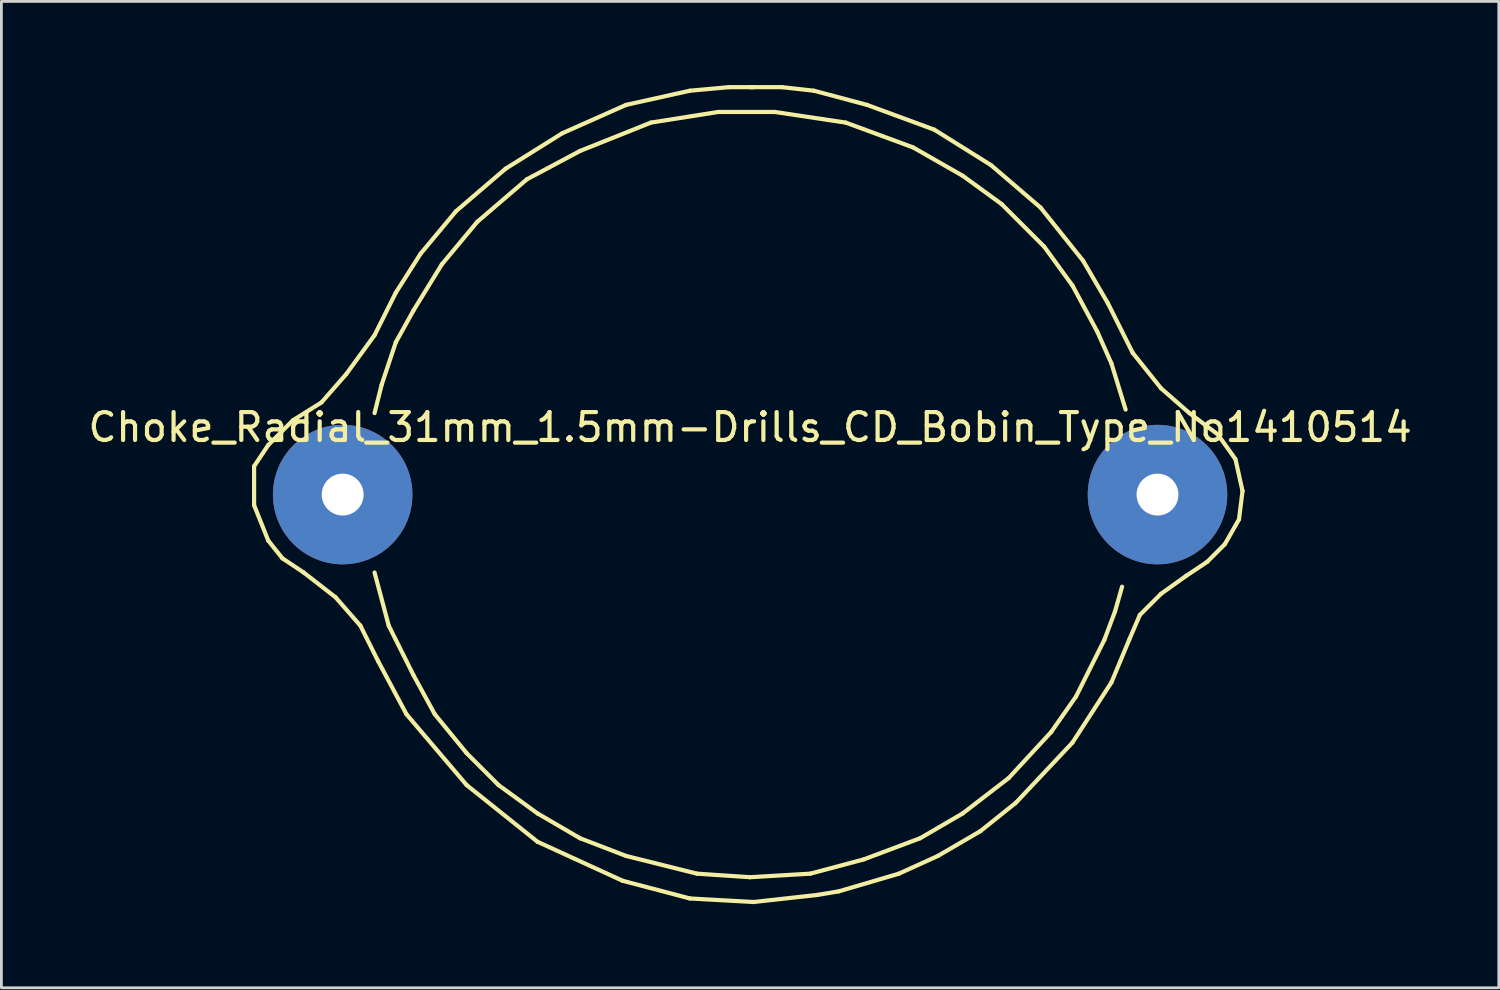
<source format=kicad_pcb>
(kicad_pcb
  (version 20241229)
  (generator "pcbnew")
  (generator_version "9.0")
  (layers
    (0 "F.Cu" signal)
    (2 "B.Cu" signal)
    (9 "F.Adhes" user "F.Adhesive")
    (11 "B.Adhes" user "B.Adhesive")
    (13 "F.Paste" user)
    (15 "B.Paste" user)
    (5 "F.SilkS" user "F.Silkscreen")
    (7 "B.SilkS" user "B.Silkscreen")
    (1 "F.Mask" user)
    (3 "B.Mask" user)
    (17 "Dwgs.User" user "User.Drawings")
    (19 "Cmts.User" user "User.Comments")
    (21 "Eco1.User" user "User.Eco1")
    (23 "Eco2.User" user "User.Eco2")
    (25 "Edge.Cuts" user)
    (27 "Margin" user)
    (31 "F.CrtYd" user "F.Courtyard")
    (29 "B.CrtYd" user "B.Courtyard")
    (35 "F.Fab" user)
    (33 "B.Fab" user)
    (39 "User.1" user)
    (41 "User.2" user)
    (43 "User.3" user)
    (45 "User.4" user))
  (footprint "Choke_Radial_31mm_1.5mm-Drills_CD_Bobin_Type_No1410514"
    (layer "F.Cu")
    (at 23.839 14.68)
    (property "Reference" "Choke_Radial_31mm_1.5mm-Drills_CD_Bobin_Type_No1410514" (at 0 -2.413 0) (layer "F.SilkS") (effects (font (size 1 1) (thickness 0.15))))
    (attr through_hole)
    (fp_line (start -17.78 -1.016) (end -17.272 -1.778) (stroke (width 0.15) (type solid)) (layer "F.SilkS"))
    (fp_line (start -17.78 0.381) (end -17.78 -1.016) (stroke (width 0.15) (type solid)) (layer "F.SilkS"))
    (fp_line (start -17.272 -1.778) (end -16.383 -2.667) (stroke (width 0.15) (type solid)) (layer "F.SilkS"))
    (fp_line (start -17.272 1.651) (end -17.78 0.381) (stroke (width 0.15) (type solid)) (layer "F.SilkS"))
    (fp_line (start -16.764 2.286) (end -17.272 1.651) (stroke (width 0.15) (type solid)) (layer "F.SilkS"))
    (fp_line (start -16.383 -2.667) (end -15.367 -3.302) (stroke (width 0.15) (type solid)) (layer "F.SilkS"))
    (fp_line (start -16.002 2.794) (end -16.764 2.286) (stroke (width 0.15) (type solid)) (layer "F.SilkS"))
    (fp_line (start -15.367 -3.302) (end -14.478 -4.318) (stroke (width 0.15) (type solid)) (layer "F.SilkS"))
    (fp_line (start -14.859 3.683) (end -16.002 2.794) (stroke (width 0.15) (type solid)) (layer "F.SilkS"))
    (fp_line (start -14.478 -4.318) (end -13.462 -5.715) (stroke (width 0.15) (type solid)) (layer "F.SilkS"))
    (fp_line (start -13.97 4.699) (end -14.859 3.683) (stroke (width 0.15) (type solid)) (layer "F.SilkS"))
    (fp_line (start -13.462 -5.715) (end -12.7 -7.239) (stroke (width 0.15) (type solid)) (layer "F.SilkS"))
    (fp_line (start -13.462 -2.921) (end -13.208 -3.937) (stroke (width 0.15) (type solid)) (layer "F.SilkS"))
    (fp_line (start -13.335 5.969) (end -13.97 4.699) (stroke (width 0.15) (type solid)) (layer "F.SilkS"))
    (fp_line (start -13.208 -3.937) (end -12.7 -5.461) (stroke (width 0.15) (type solid)) (layer "F.SilkS"))
    (fp_line (start -12.954 4.699) (end -13.462 2.794) (stroke (width 0.15) (type solid)) (layer "F.SilkS"))
    (fp_line (start -12.7 -7.239) (end -11.811 -8.636) (stroke (width 0.15) (type solid)) (layer "F.SilkS"))
    (fp_line (start -12.7 -5.461) (end -12.065 -6.604) (stroke (width 0.15) (type solid)) (layer "F.SilkS"))
    (fp_line (start -12.319 7.874) (end -13.335 5.969) (stroke (width 0.15) (type solid)) (layer "F.SilkS"))
    (fp_line (start -12.065 -6.604) (end -11.049 -8.255) (stroke (width 0.15) (type solid)) (layer "F.SilkS"))
    (fp_line (start -12.065 6.477) (end -12.954 4.699) (stroke (width 0.15) (type solid)) (layer "F.SilkS"))
    (fp_line (start -11.811 -8.636) (end -10.541 -10.16) (stroke (width 0.15) (type solid)) (layer "F.SilkS"))
    (fp_line (start -11.303 7.874) (end -12.065 6.477) (stroke (width 0.15) (type solid)) (layer "F.SilkS"))
    (fp_line (start -11.049 -8.255) (end -9.779 -9.779) (stroke (width 0.15) (type solid)) (layer "F.SilkS"))
    (fp_line (start -10.541 -10.16) (end -8.763 -11.684) (stroke (width 0.15) (type solid)) (layer "F.SilkS"))
    (fp_line (start -10.16 9.271) (end -11.303 7.874) (stroke (width 0.15) (type solid)) (layer "F.SilkS"))
    (fp_line (start -10.16 10.414) (end -12.319 7.874) (stroke (width 0.15) (type solid)) (layer "F.SilkS"))
    (fp_line (start -9.779 -9.779) (end -8.001 -11.303) (stroke (width 0.15) (type solid)) (layer "F.SilkS"))
    (fp_line (start -9.017 10.414) (end -10.16 9.271) (stroke (width 0.15) (type solid)) (layer "F.SilkS"))
    (fp_line (start -8.763 -11.684) (end -6.731 -12.954) (stroke (width 0.15) (type solid)) (layer "F.SilkS"))
    (fp_line (start -8.001 -11.303) (end -6.096 -12.319) (stroke (width 0.15) (type solid)) (layer "F.SilkS"))
    (fp_line (start -7.62 11.43) (end -9.017 10.414) (stroke (width 0.15) (type solid)) (layer "F.SilkS"))
    (fp_line (start -7.62 12.446) (end -10.16 10.414) (stroke (width 0.15) (type solid)) (layer "F.SilkS"))
    (fp_line (start -6.731 -12.954) (end -4.445 -13.97) (stroke (width 0.15) (type solid)) (layer "F.SilkS"))
    (fp_line (start -6.096 -12.319) (end -3.556 -13.335) (stroke (width 0.15) (type solid)) (layer "F.SilkS"))
    (fp_line (start -6.096 12.319) (end -7.62 11.43) (stroke (width 0.15) (type solid)) (layer "F.SilkS"))
    (fp_line (start -4.572 13.843) (end -7.62 12.446) (stroke (width 0.15) (type solid)) (layer "F.SilkS"))
    (fp_line (start -4.445 -13.97) (end -2.159 -14.478) (stroke (width 0.15) (type solid)) (layer "F.SilkS"))
    (fp_line (start -4.445 12.954) (end -6.096 12.319) (stroke (width 0.15) (type solid)) (layer "F.SilkS"))
    (fp_line (start -3.556 -13.335) (end -1.143 -13.716) (stroke (width 0.15) (type solid)) (layer "F.SilkS"))
    (fp_line (start -2.159 -14.478) (end -0.762 -14.605) (stroke (width 0.15) (type solid)) (layer "F.SilkS"))
    (fp_line (start -2.159 14.478) (end -4.572 13.843) (stroke (width 0.15) (type solid)) (layer "F.SilkS"))
    (fp_line (start -1.905 13.589) (end -4.445 12.954) (stroke (width 0.15) (type solid)) (layer "F.SilkS"))
    (fp_line (start -1.143 -13.716) (end 0.889 -13.716) (stroke (width 0.15) (type solid)) (layer "F.SilkS"))
    (fp_line (start -0.762 -14.605) (end 0.127 -14.605) (stroke (width 0.15) (type solid)) (layer "F.SilkS"))
    (fp_line (start 0 -14.605) (end 1.143 -14.605) (stroke (width 0.15) (type solid)) (layer "F.SilkS"))
    (fp_line (start 0 13.716) (end -1.905 13.589) (stroke (width 0.15) (type solid)) (layer "F.SilkS"))
    (fp_line (start 0.127 14.605) (end -2.159 14.478) (stroke (width 0.15) (type solid)) (layer "F.SilkS"))
    (fp_line (start 0.889 -13.716) (end 3.429 -13.335) (stroke (width 0.15) (type solid)) (layer "F.SilkS"))
    (fp_line (start 1.143 -14.605) (end 2.286 -14.478) (stroke (width 0.15) (type solid)) (layer "F.SilkS"))
    (fp_line (start 2.159 13.589) (end 0 13.716) (stroke (width 0.15) (type solid)) (layer "F.SilkS"))
    (fp_line (start 2.286 -14.478) (end 4.191 -13.97) (stroke (width 0.15) (type solid)) (layer "F.SilkS"))
    (fp_line (start 2.413 14.351) (end 0.127 14.605) (stroke (width 0.15) (type solid)) (layer "F.SilkS"))
    (fp_line (start 3.175 14.224) (end 2.413 14.351) (stroke (width 0.15) (type solid)) (layer "F.SilkS"))
    (fp_line (start 3.429 -13.335) (end 5.842 -12.446) (stroke (width 0.15) (type solid)) (layer "F.SilkS"))
    (fp_line (start 4.064 13.081) (end 2.159 13.589) (stroke (width 0.15) (type solid)) (layer "F.SilkS"))
    (fp_line (start 4.191 -13.97) (end 6.604 -13.081) (stroke (width 0.15) (type solid)) (layer "F.SilkS"))
    (fp_line (start 5.334 13.589) (end 3.175 14.224) (stroke (width 0.15) (type solid)) (layer "F.SilkS"))
    (fp_line (start 5.842 -12.446) (end 7.62 -11.43) (stroke (width 0.15) (type solid)) (layer "F.SilkS"))
    (fp_line (start 6.096 12.319) (end 4.064 13.081) (stroke (width 0.15) (type solid)) (layer "F.SilkS"))
    (fp_line (start 6.604 -13.081) (end 8.636 -11.811) (stroke (width 0.15) (type solid)) (layer "F.SilkS"))
    (fp_line (start 6.731 12.954) (end 5.334 13.589) (stroke (width 0.15) (type solid)) (layer "F.SilkS"))
    (fp_line (start 7.62 -11.43) (end 9.017 -10.414) (stroke (width 0.15) (type solid)) (layer "F.SilkS"))
    (fp_line (start 7.62 11.43) (end 6.096 12.319) (stroke (width 0.15) (type solid)) (layer "F.SilkS"))
    (fp_line (start 8.255 12.065) (end 6.731 12.954) (stroke (width 0.15) (type solid)) (layer "F.SilkS"))
    (fp_line (start 8.636 -11.811) (end 10.414 -10.287) (stroke (width 0.15) (type solid)) (layer "F.SilkS"))
    (fp_line (start 9.017 -10.414) (end 10.541 -8.89) (stroke (width 0.15) (type solid)) (layer "F.SilkS"))
    (fp_line (start 9.271 10.16) (end 7.62 11.43) (stroke (width 0.15) (type solid)) (layer "F.SilkS"))
    (fp_line (start 9.525 11.049) (end 8.255 12.065) (stroke (width 0.15) (type solid)) (layer "F.SilkS"))
    (fp_line (start 10.414 -10.287) (end 11.938 -8.382) (stroke (width 0.15) (type solid)) (layer "F.SilkS"))
    (fp_line (start 10.541 -8.89) (end 11.557 -7.493) (stroke (width 0.15) (type solid)) (layer "F.SilkS"))
    (fp_line (start 10.795 8.509) (end 9.271 10.16) (stroke (width 0.15) (type solid)) (layer "F.SilkS"))
    (fp_line (start 11.557 -7.493) (end 12.446 -5.842) (stroke (width 0.15) (type solid)) (layer "F.SilkS"))
    (fp_line (start 11.557 8.89) (end 9.525 11.049) (stroke (width 0.15) (type solid)) (layer "F.SilkS"))
    (fp_line (start 11.684 7.239) (end 10.795 8.509) (stroke (width 0.15) (type solid)) (layer "F.SilkS"))
    (fp_line (start 11.938 -8.382) (end 12.827 -6.858) (stroke (width 0.15) (type solid)) (layer "F.SilkS"))
    (fp_line (start 12.446 -5.842) (end 12.954 -4.699) (stroke (width 0.15) (type solid)) (layer "F.SilkS"))
    (fp_line (start 12.7 5.207) (end 11.684 7.239) (stroke (width 0.15) (type solid)) (layer "F.SilkS"))
    (fp_line (start 12.827 -6.858) (end 13.716 -5.08) (stroke (width 0.15) (type solid)) (layer "F.SilkS"))
    (fp_line (start 12.954 -4.699) (end 13.462 -3.048) (stroke (width 0.15) (type solid)) (layer "F.SilkS"))
    (fp_line (start 12.954 6.731) (end 11.557 8.89) (stroke (width 0.15) (type solid)) (layer "F.SilkS"))
    (fp_line (start 13.081 4.191) (end 12.7 5.207) (stroke (width 0.15) (type solid)) (layer "F.SilkS"))
    (fp_line (start 13.335 3.302) (end 13.081 4.191) (stroke (width 0.15) (type solid)) (layer "F.SilkS"))
    (fp_line (start 13.589 5.207) (end 12.954 6.731) (stroke (width 0.15) (type solid)) (layer "F.SilkS"))
    (fp_line (start 13.716 -5.08) (end 14.732 -3.81) (stroke (width 0.15) (type solid)) (layer "F.SilkS"))
    (fp_line (start 13.97 4.318) (end 13.589 5.207) (stroke (width 0.15) (type solid)) (layer "F.SilkS"))
    (fp_line (start 14.732 -3.81) (end 15.748 -2.921) (stroke (width 0.15) (type solid)) (layer "F.SilkS"))
    (fp_line (start 14.732 3.556) (end 13.97 4.318) (stroke (width 0.15) (type solid)) (layer "F.SilkS"))
    (fp_line (start 15.621 2.921) (end 14.732 3.556) (stroke (width 0.15) (type solid)) (layer "F.SilkS"))
    (fp_line (start 15.748 -2.921) (end 16.764 -2.159) (stroke (width 0.15) (type solid)) (layer "F.SilkS"))
    (fp_line (start 16.383 2.413) (end 15.621 2.921) (stroke (width 0.15) (type solid)) (layer "F.SilkS"))
    (fp_line (start 16.764 -2.159) (end 17.399 -1.27) (stroke (width 0.15) (type solid)) (layer "F.SilkS"))
    (fp_line (start 17.018 1.778) (end 16.383 2.413) (stroke (width 0.15) (type solid)) (layer "F.SilkS"))
    (fp_line (start 17.399 -1.27) (end 17.653 -0.127) (stroke (width 0.15) (type solid)) (layer "F.SilkS"))
    (fp_line (start 17.526 0.889) (end 17.018 1.778) (stroke (width 0.15) (type solid)) (layer "F.SilkS"))
    (fp_line (start 17.653 -0.127) (end 17.526 0.889) (stroke (width 0.15) (type solid)) (layer "F.SilkS"))
    (pad "1" thru_hole circle (at 14.605 0) (size 5.001 5.001) (drill 1.501) (layers "*.Cu" "*.Mask"))
    (pad "2" thru_hole circle (at -14.605 0) (size 5.001 5.001) (drill 1.501) (layers "*.Cu" "*.Mask")))
  (gr_rect
    (start -3 -3)
    (end 50.679 32.36)
    (stroke (width 0.1) (type default))
    (fill no)
    (layer "Edge.Cuts")))
</source>
